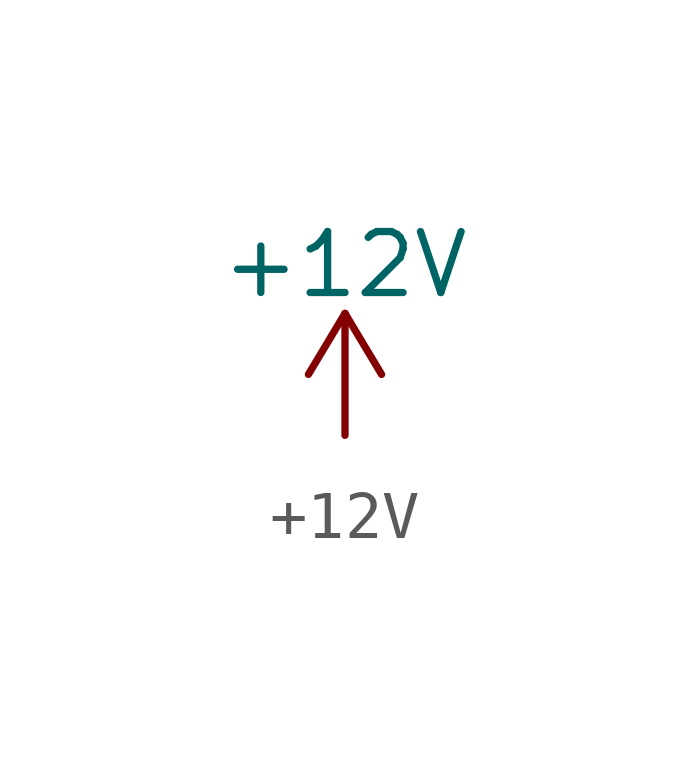
<source format=kicad_sym>
(kicad_symbol_lib
  (version 20220914)
  (generator kicad_symbol_editor)
  (symbol "+12V"
    (power)
    (pin_names
      (offset 0))
    (property "Reference" "#PWR"
      (at 0 -3.81 0)
      (effects (font (size 1.27 1.27)) hide))
    (property "Value" "+12V"
      (at 0 3.556 0)
      (effects (font (size 1.27 1.27))))
    (symbol "+12V_0_1"
      (polyline (pts (xy -0.762 1.27) (xy 0 2.54)) (stroke (width 0) (type default)) (fill (type none)))
      (polyline (pts (xy 0 0) (xy 0 2.54)) (stroke (width 0) (type default)) (fill (type none)))
      (polyline (pts (xy 0 2.54) (xy 0.762 1.27)) (stroke (width 0) (type default)) (fill (type none))))
    (symbol "+12V_1_1"
      (pin power_in line (at 0 0 90) (length 0) hide (name "+12V" (effects (font (size 1.27 1.27)))) (number "1" (effects (font (size 1.27 1.27))))))))
</source>
